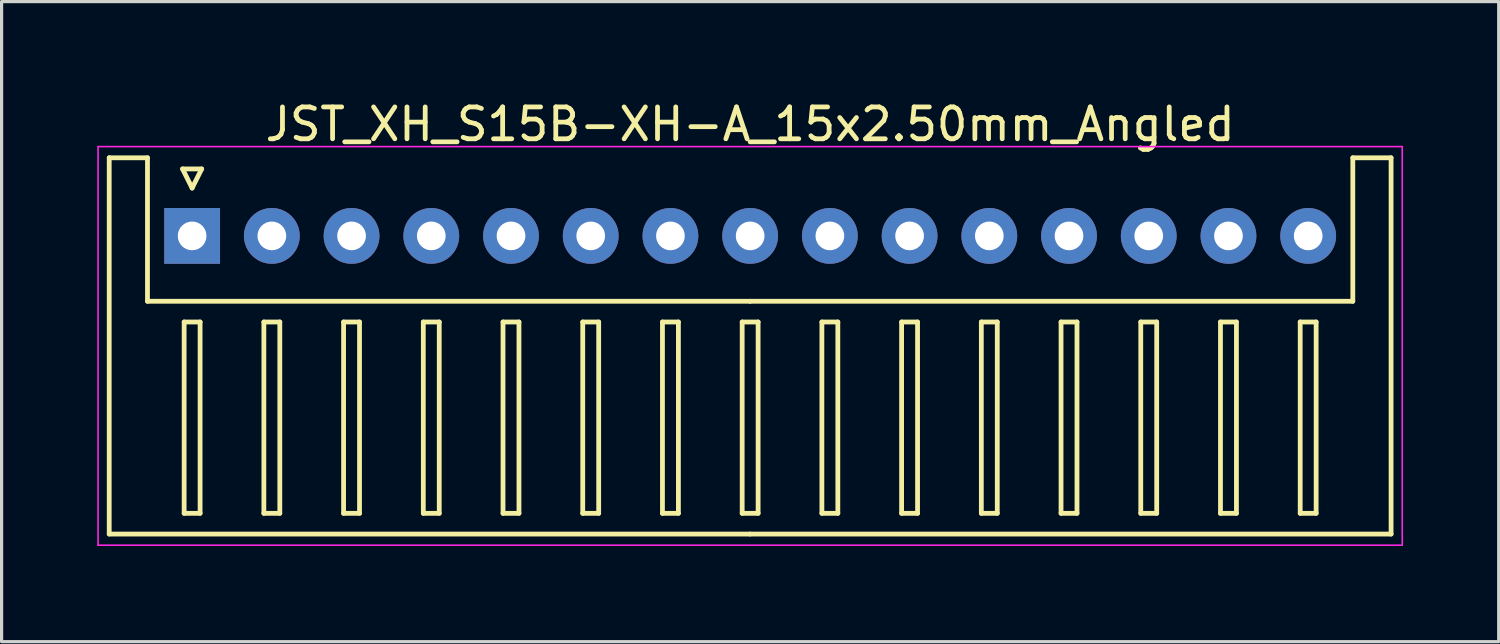
<source format=kicad_pcb>
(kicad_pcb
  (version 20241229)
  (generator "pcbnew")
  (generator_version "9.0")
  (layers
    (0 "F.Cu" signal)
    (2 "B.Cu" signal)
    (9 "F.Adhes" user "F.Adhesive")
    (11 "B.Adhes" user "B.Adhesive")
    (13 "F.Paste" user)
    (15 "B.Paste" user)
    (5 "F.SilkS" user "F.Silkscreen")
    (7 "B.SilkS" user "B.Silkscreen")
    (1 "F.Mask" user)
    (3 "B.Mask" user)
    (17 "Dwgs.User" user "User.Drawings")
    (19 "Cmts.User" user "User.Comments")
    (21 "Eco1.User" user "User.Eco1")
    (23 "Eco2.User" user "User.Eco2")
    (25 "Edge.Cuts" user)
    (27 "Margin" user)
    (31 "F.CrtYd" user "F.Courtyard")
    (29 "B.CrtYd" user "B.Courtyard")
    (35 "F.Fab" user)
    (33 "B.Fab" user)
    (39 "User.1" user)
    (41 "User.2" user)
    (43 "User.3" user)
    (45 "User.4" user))
  (footprint "JST_XH_S15B-XH-A_15x2.50mm_Angled"
    (layer "F.Cu")
    (at 2.975 4.348)
    (property "Reference" "JST_XH_S15B-XH-A_15x2.50mm_Angled" (at 17.5 -3.5 0) (layer "F.SilkS") (effects (font (size 1 1) (thickness 0.15))))
    (attr through_hole)
    (fp_line (start -2.6 -2.45) (end -1.4 -2.45) (stroke (width 0.15) (type solid)) (layer "F.SilkS"))
    (fp_line (start -2.6 9.35) (end -2.6 -2.45) (stroke (width 0.15) (type solid)) (layer "F.SilkS"))
    (fp_line (start -1.4 -2.45) (end -1.4 2.05) (stroke (width 0.15) (type solid)) (layer "F.SilkS"))
    (fp_line (start -1.4 2.05) (end 17.5 2.05) (stroke (width 0.15) (type solid)) (layer "F.SilkS"))
    (fp_line (start -0.3 -2.1) (end 0.3 -2.1) (stroke (width 0.15) (type solid)) (layer "F.SilkS"))
    (fp_line (start -0.25 2.7) (end -0.25 8.7) (stroke (width 0.15) (type solid)) (layer "F.SilkS"))
    (fp_line (start -0.25 8.7) (end 0.25 8.7) (stroke (width 0.15) (type solid)) (layer "F.SilkS"))
    (fp_line (start 0 -1.5) (end -0.3 -2.1) (stroke (width 0.15) (type solid)) (layer "F.SilkS"))
    (fp_line (start 0.25 2.7) (end -0.25 2.7) (stroke (width 0.15) (type solid)) (layer "F.SilkS"))
    (fp_line (start 0.25 8.7) (end 0.25 2.7) (stroke (width 0.15) (type solid)) (layer "F.SilkS"))
    (fp_line (start 0.3 -2.1) (end 0 -1.5) (stroke (width 0.15) (type solid)) (layer "F.SilkS"))
    (fp_line (start 2.25 2.7) (end 2.25 8.7) (stroke (width 0.15) (type solid)) (layer "F.SilkS"))
    (fp_line (start 2.25 8.7) (end 2.75 8.7) (stroke (width 0.15) (type solid)) (layer "F.SilkS"))
    (fp_line (start 2.75 2.7) (end 2.25 2.7) (stroke (width 0.15) (type solid)) (layer "F.SilkS"))
    (fp_line (start 2.75 8.7) (end 2.75 2.7) (stroke (width 0.15) (type solid)) (layer "F.SilkS"))
    (fp_line (start 4.75 2.7) (end 4.75 8.7) (stroke (width 0.15) (type solid)) (layer "F.SilkS"))
    (fp_line (start 4.75 8.7) (end 5.25 8.7) (stroke (width 0.15) (type solid)) (layer "F.SilkS"))
    (fp_line (start 5.25 2.7) (end 4.75 2.7) (stroke (width 0.15) (type solid)) (layer "F.SilkS"))
    (fp_line (start 5.25 8.7) (end 5.25 2.7) (stroke (width 0.15) (type solid)) (layer "F.SilkS"))
    (fp_line (start 7.25 2.7) (end 7.25 8.7) (stroke (width 0.15) (type solid)) (layer "F.SilkS"))
    (fp_line (start 7.25 8.7) (end 7.75 8.7) (stroke (width 0.15) (type solid)) (layer "F.SilkS"))
    (fp_line (start 7.75 2.7) (end 7.25 2.7) (stroke (width 0.15) (type solid)) (layer "F.SilkS"))
    (fp_line (start 7.75 8.7) (end 7.75 2.7) (stroke (width 0.15) (type solid)) (layer "F.SilkS"))
    (fp_line (start 9.75 2.7) (end 9.75 8.7) (stroke (width 0.15) (type solid)) (layer "F.SilkS"))
    (fp_line (start 9.75 8.7) (end 10.25 8.7) (stroke (width 0.15) (type solid)) (layer "F.SilkS"))
    (fp_line (start 10.25 2.7) (end 9.75 2.7) (stroke (width 0.15) (type solid)) (layer "F.SilkS"))
    (fp_line (start 10.25 8.7) (end 10.25 2.7) (stroke (width 0.15) (type solid)) (layer "F.SilkS"))
    (fp_line (start 12.25 2.7) (end 12.25 8.7) (stroke (width 0.15) (type solid)) (layer "F.SilkS"))
    (fp_line (start 12.25 8.7) (end 12.75 8.7) (stroke (width 0.15) (type solid)) (layer "F.SilkS"))
    (fp_line (start 12.75 2.7) (end 12.25 2.7) (stroke (width 0.15) (type solid)) (layer "F.SilkS"))
    (fp_line (start 12.75 8.7) (end 12.75 2.7) (stroke (width 0.15) (type solid)) (layer "F.SilkS"))
    (fp_line (start 14.75 2.7) (end 14.75 8.7) (stroke (width 0.15) (type solid)) (layer "F.SilkS"))
    (fp_line (start 14.75 8.7) (end 15.25 8.7) (stroke (width 0.15) (type solid)) (layer "F.SilkS"))
    (fp_line (start 15.25 2.7) (end 14.75 2.7) (stroke (width 0.15) (type solid)) (layer "F.SilkS"))
    (fp_line (start 15.25 8.7) (end 15.25 2.7) (stroke (width 0.15) (type solid)) (layer "F.SilkS"))
    (fp_line (start 17.25 2.7) (end 17.25 8.7) (stroke (width 0.15) (type solid)) (layer "F.SilkS"))
    (fp_line (start 17.25 8.7) (end 17.75 8.7) (stroke (width 0.15) (type solid)) (layer "F.SilkS"))
    (fp_line (start 17.5 9.35) (end -2.6 9.35) (stroke (width 0.15) (type solid)) (layer "F.SilkS"))
    (fp_line (start 17.5 9.35) (end 37.6 9.35) (stroke (width 0.15) (type solid)) (layer "F.SilkS"))
    (fp_line (start 17.75 2.7) (end 17.25 2.7) (stroke (width 0.15) (type solid)) (layer "F.SilkS"))
    (fp_line (start 17.75 8.7) (end 17.75 2.7) (stroke (width 0.15) (type solid)) (layer "F.SilkS"))
    (fp_line (start 19.75 2.7) (end 19.75 8.7) (stroke (width 0.15) (type solid)) (layer "F.SilkS"))
    (fp_line (start 19.75 8.7) (end 20.25 8.7) (stroke (width 0.15) (type solid)) (layer "F.SilkS"))
    (fp_line (start 20.25 2.7) (end 19.75 2.7) (stroke (width 0.15) (type solid)) (layer "F.SilkS"))
    (fp_line (start 20.25 8.7) (end 20.25 2.7) (stroke (width 0.15) (type solid)) (layer "F.SilkS"))
    (fp_line (start 22.25 2.7) (end 22.25 8.7) (stroke (width 0.15) (type solid)) (layer "F.SilkS"))
    (fp_line (start 22.25 8.7) (end 22.75 8.7) (stroke (width 0.15) (type solid)) (layer "F.SilkS"))
    (fp_line (start 22.75 2.7) (end 22.25 2.7) (stroke (width 0.15) (type solid)) (layer "F.SilkS"))
    (fp_line (start 22.75 8.7) (end 22.75 2.7) (stroke (width 0.15) (type solid)) (layer "F.SilkS"))
    (fp_line (start 24.75 2.7) (end 24.75 8.7) (stroke (width 0.15) (type solid)) (layer "F.SilkS"))
    (fp_line (start 24.75 8.7) (end 25.25 8.7) (stroke (width 0.15) (type solid)) (layer "F.SilkS"))
    (fp_line (start 25.25 2.7) (end 24.75 2.7) (stroke (width 0.15) (type solid)) (layer "F.SilkS"))
    (fp_line (start 25.25 8.7) (end 25.25 2.7) (stroke (width 0.15) (type solid)) (layer "F.SilkS"))
    (fp_line (start 27.25 2.7) (end 27.25 8.7) (stroke (width 0.15) (type solid)) (layer "F.SilkS"))
    (fp_line (start 27.25 8.7) (end 27.75 8.7) (stroke (width 0.15) (type solid)) (layer "F.SilkS"))
    (fp_line (start 27.75 2.7) (end 27.25 2.7) (stroke (width 0.15) (type solid)) (layer "F.SilkS"))
    (fp_line (start 27.75 8.7) (end 27.75 2.7) (stroke (width 0.15) (type solid)) (layer "F.SilkS"))
    (fp_line (start 29.75 2.7) (end 29.75 8.7) (stroke (width 0.15) (type solid)) (layer "F.SilkS"))
    (fp_line (start 29.75 8.7) (end 30.25 8.7) (stroke (width 0.15) (type solid)) (layer "F.SilkS"))
    (fp_line (start 30.25 2.7) (end 29.75 2.7) (stroke (width 0.15) (type solid)) (layer "F.SilkS"))
    (fp_line (start 30.25 8.7) (end 30.25 2.7) (stroke (width 0.15) (type solid)) (layer "F.SilkS"))
    (fp_line (start 32.25 2.7) (end 32.25 8.7) (stroke (width 0.15) (type solid)) (layer "F.SilkS"))
    (fp_line (start 32.25 8.7) (end 32.75 8.7) (stroke (width 0.15) (type solid)) (layer "F.SilkS"))
    (fp_line (start 32.75 2.7) (end 32.25 2.7) (stroke (width 0.15) (type solid)) (layer "F.SilkS"))
    (fp_line (start 32.75 8.7) (end 32.75 2.7) (stroke (width 0.15) (type solid)) (layer "F.SilkS"))
    (fp_line (start 34.75 2.7) (end 34.75 8.7) (stroke (width 0.15) (type solid)) (layer "F.SilkS"))
    (fp_line (start 34.75 8.7) (end 35.25 8.7) (stroke (width 0.15) (type solid)) (layer "F.SilkS"))
    (fp_line (start 35.25 2.7) (end 34.75 2.7) (stroke (width 0.15) (type solid)) (layer "F.SilkS"))
    (fp_line (start 35.25 8.7) (end 35.25 2.7) (stroke (width 0.15) (type solid)) (layer "F.SilkS"))
    (fp_line (start 36.4 -2.45) (end 36.4 2.05) (stroke (width 0.15) (type solid)) (layer "F.SilkS"))
    (fp_line (start 36.4 2.05) (end 17.5 2.05) (stroke (width 0.15) (type solid)) (layer "F.SilkS"))
    (fp_line (start 37.6 -2.45) (end 36.4 -2.45) (stroke (width 0.15) (type solid)) (layer "F.SilkS"))
    (fp_line (start 37.6 9.35) (end 37.6 -2.45) (stroke (width 0.15) (type solid)) (layer "F.SilkS"))
    (fp_line (start -2.95 -2.8) (end -2.95 9.7) (stroke (width 0.05) (type solid)) (layer "F.CrtYd"))
    (fp_line (start -2.95 9.7) (end 37.95 9.7) (stroke (width 0.05) (type solid)) (layer "F.CrtYd"))
    (fp_line (start 37.95 -2.8) (end -2.95 -2.8) (stroke (width 0.05) (type solid)) (layer "F.CrtYd"))
    (fp_line (start 37.95 9.7) (end 37.95 -2.8) (stroke (width 0.05) (type solid)) (layer "F.CrtYd"))
    (pad "1" thru_hole rect (at 0 0) (size 1.75 1.75) (drill 0.9) (layers "*.Cu" "*.Mask"))
    (pad "2" thru_hole circle (at 2.5 0) (size 1.75 1.75) (drill 0.9) (layers "*.Cu" "*.Mask"))
    (pad "3" thru_hole circle (at 5 0) (size 1.75 1.75) (drill 0.9) (layers "*.Cu" "*.Mask"))
    (pad "4" thru_hole circle (at 7.5 0) (size 1.75 1.75) (drill 0.9) (layers "*.Cu" "*.Mask"))
    (pad "5" thru_hole circle (at 10 0) (size 1.75 1.75) (drill 0.9) (layers "*.Cu" "*.Mask"))
    (pad "6" thru_hole circle (at 12.5 0) (size 1.75 1.75) (drill 0.9) (layers "*.Cu" "*.Mask"))
    (pad "7" thru_hole circle (at 15 0) (size 1.75 1.75) (drill 0.9) (layers "*.Cu" "*.Mask"))
    (pad "8" thru_hole circle (at 17.5 0) (size 1.75 1.75) (drill 0.9) (layers "*.Cu" "*.Mask"))
    (pad "9" thru_hole circle (at 20 0) (size 1.75 1.75) (drill 0.9) (layers "*.Cu" "*.Mask"))
    (pad "10" thru_hole circle (at 22.5 0) (size 1.75 1.75) (drill 0.9) (layers "*.Cu" "*.Mask"))
    (pad "11" thru_hole circle (at 25 0) (size 1.75 1.75) (drill 0.9) (layers "*.Cu" "*.Mask"))
    (pad "12" thru_hole circle (at 27.5 0) (size 1.75 1.75) (drill 0.9) (layers "*.Cu" "*.Mask"))
    (pad "13" thru_hole circle (at 30 0) (size 1.75 1.75) (drill 0.9) (layers "*.Cu" "*.Mask"))
    (pad "14" thru_hole circle (at 32.5 0) (size 1.75 1.75) (drill 0.9) (layers "*.Cu" "*.Mask"))
    (pad "15" thru_hole circle (at 35 0) (size 1.75 1.75) (drill 0.9) (layers "*.Cu" "*.Mask")))
  (gr_rect
    (start -3 -3)
    (end 43.95 17.073)
    (stroke (width 0.1) (type default))
    (fill no)
    (layer "Edge.Cuts")))
</source>
